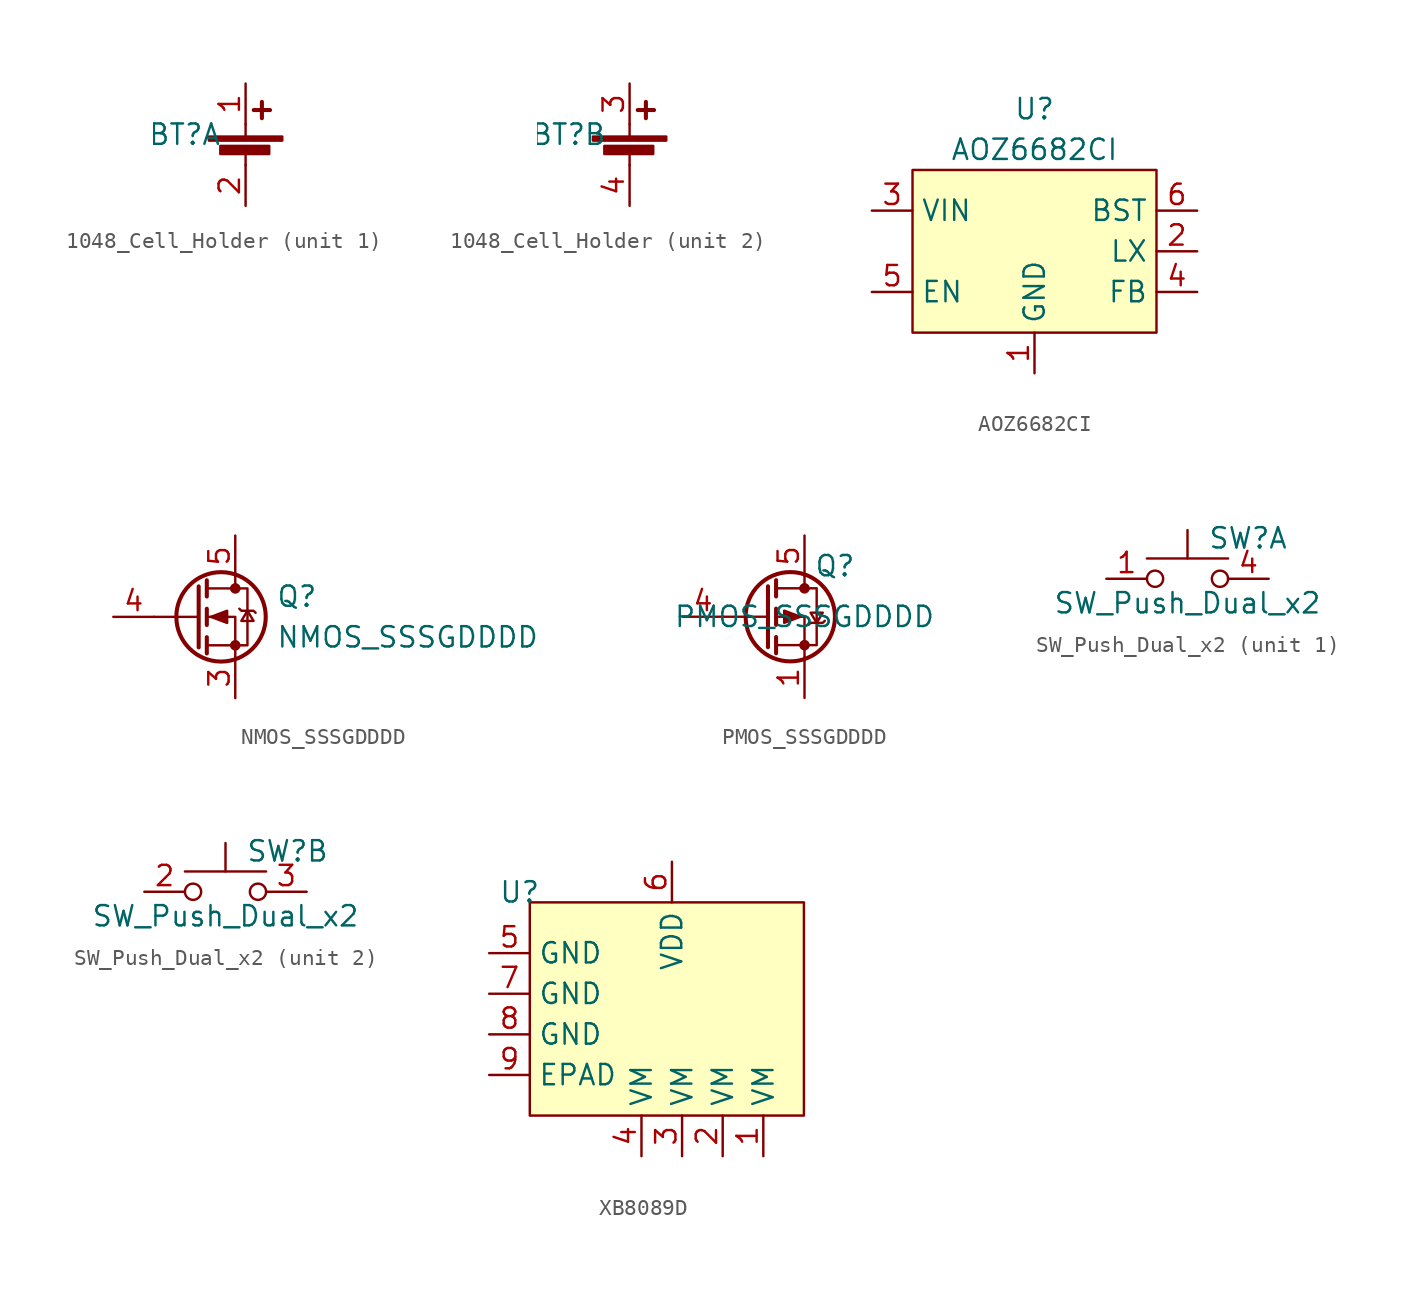
<source format=kicad_sym>
(kicad_symbol_lib
  (version 20220914)
  (generator kicad_symbol_editor)
  (symbol "1048_Cell_Holder"
    (property "Reference" "BT"
      (at -1.27 0 0)
      (effects (font (size 1.27 1.27))))
    (property "Value" ""
      (at -1.27 0 0)
      (effects (font (size 1.27 1.27))))
    (property "ki_locked" ""
      (at 0 0 0)
      (effects (font (size 1.27 1.27))))
    (symbol "1048_Cell_Holder_0_1"
      (polyline (pts (xy 2.54 -1.143) (xy 2.54 -1.905)) (stroke (width 0) (type default)) (fill (type none)))
      (polyline (pts (xy 2.54 -0.127) (xy 2.54 0.635)) (stroke (width 0) (type default)) (fill (type none)))
      (polyline (pts (xy 3.048 1.524) (xy 4.064 1.524)) (stroke (width 0.254) (type default)) (fill (type none)))
      (polyline (pts (xy 3.556 2.032) (xy 3.556 1.016)) (stroke (width 0.254) (type default)) (fill (type none)))
      (rectangle (start 0.254 -0.127) (end 4.826 -0.381) (stroke (width 0) (type default)) (fill (type outline)))
      (rectangle (start 0.965 -0.711) (end 4.013 -1.219) (stroke (width 0) (type default)) (fill (type outline))))
    (symbol "1048_Cell_Holder_1_1"
      (pin passive line (at 2.54 3.175 270) (length 2.54) (name "" (effects (font (size 1.27 1.27)))) (number "1" (effects (font (size 1.27 1.27)))))
      (pin passive line (at 2.54 -4.445 90) (length 2.54) (name "" (effects (font (size 1.27 1.27)))) (number "2" (effects (font (size 1.27 1.27))))))
    (symbol "1048_Cell_Holder_2_1"
      (pin passive line (at 2.54 3.175 270) (length 2.54) (name "" (effects (font (size 1.27 1.27)))) (number "3" (effects (font (size 1.27 1.27)))))
      (pin passive line (at 2.54 -4.445 90) (length 2.54) (name "" (effects (font (size 1.27 1.27)))) (number "4" (effects (font (size 1.27 1.27)))))))
  (symbol "AOZ6682CI"
    (property "Reference" "U"
      (at 7.62 13.97 0)
      (effects (font (size 1.27 1.27))))
    (property "Value" "AOZ6682CI"
      (at 7.62 11.43 0)
      (effects (font (size 1.27 1.27))))
    (symbol "AOZ6682CI_1_1"
      (rectangle (start 0 10.16) (end 15.24 0) (stroke (width 0) (type default)) (fill (type background)))
      (pin power_in line (at 7.62 -2.54 90) (length 2.54) (name "GND" (effects (font (size 1.27 1.27)))) (number "1" (effects (font (size 1.27 1.27)))))
      (pin output line (at 17.78 5.08 180) (length 2.54) (name "LX" (effects (font (size 1.27 1.27)))) (number "2" (effects (font (size 1.27 1.27)))))
      (pin power_in line (at -2.54 7.62 0) (length 2.54) (name "VIN" (effects (font (size 1.27 1.27)))) (number "3" (effects (font (size 1.27 1.27)))))
      (pin input line (at 17.78 2.54 180) (length 2.54) (name "FB" (effects (font (size 1.27 1.27)))) (number "4" (effects (font (size 1.27 1.27)))))
      (pin input line (at -2.54 2.54 0) (length 2.54) (name "EN" (effects (font (size 1.27 1.27)))) (number "5" (effects (font (size 1.27 1.27)))))
      (pin input line (at 17.78 7.62 180) (length 2.54) (name "BST" (effects (font (size 1.27 1.27)))) (number "6" (effects (font (size 1.27 1.27)))))))
  (symbol "NMOS_SSSGDDDD"
    (pin_names
      (offset 0) hide)
    (property "Reference" "Q"
      (at 5.08 1.27 0)
      (effects (font (size 1.27 1.27)) (justify left)))
    (property "Value" "NMOS_SSSGDDDD"
      (at 5.08 -1.27 0)
      (effects (font (size 1.27 1.27)) (justify left)))
    (symbol "NMOS_SSSGDDDD_0_1"
      (polyline (pts (xy 0.254 0) (xy -2.54 0)) (stroke (width 0) (type default)) (fill (type none)))
      (polyline (pts (xy 0.254 1.905) (xy 0.254 -1.905)) (stroke (width 0.254) (type default)) (fill (type none)))
      (polyline (pts (xy 0.762 -1.27) (xy 0.762 -2.286)) (stroke (width 0.254) (type default)) (fill (type none)))
      (polyline (pts (xy 0.762 0.508) (xy 0.762 -0.508)) (stroke (width 0.254) (type default)) (fill (type none)))
      (polyline (pts (xy 0.762 2.286) (xy 0.762 1.27)) (stroke (width 0.254) (type default)) (fill (type none)))
      (polyline (pts (xy 2.54 2.54) (xy 2.54 1.778)) (stroke (width 0) (type default)) (fill (type none)))
      (polyline (pts (xy 2.54 -2.54) (xy 2.54 0) (xy 0.762 0)) (stroke (width 0) (type default)) (fill (type none)))
      (polyline (pts (xy 0.762 -1.778) (xy 3.302 -1.778) (xy 3.302 1.778) (xy 0.762 1.778)) (stroke (width 0) (type default)) (fill (type none)))
      (polyline (pts (xy 1.016 0) (xy 2.032 0.381) (xy 2.032 -0.381) (xy 1.016 0)) (stroke (width 0) (type default)) (fill (type outline)))
      (polyline (pts (xy 2.794 0.508) (xy 2.921 0.381) (xy 3.683 0.381) (xy 3.81 0.254)) (stroke (width 0) (type default)) (fill (type none)))
      (polyline (pts (xy 3.302 0.381) (xy 2.921 -0.254) (xy 3.683 -0.254) (xy 3.302 0.381)) (stroke (width 0) (type default)) (fill (type none)))
      (circle (center 1.651 0) (radius 2.794) (stroke (width 0.254) (type default)) (fill (type none)))
      (circle (center 2.54 -1.778) (radius 0.254) (stroke (width 0) (type default)) (fill (type outline)))
      (circle (center 2.54 1.778) (radius 0.254) (stroke (width 0) (type default)) (fill (type outline))))
    (symbol "NMOS_SSSGDDDD_1_1"
      (pin passive line (at 2.54 -5.08 90) (length 2.54) hide (name "" (effects (font (size 1.27 1.27)))) (number "1" (effects (font (size 1.27 1.27)))))
      (pin passive line (at 2.54 -5.08 90) (length 2.54) hide (name "" (effects (font (size 1.27 1.27)))) (number "2" (effects (font (size 1.27 1.27)))))
      (pin passive line (at 2.54 -5.08 90) (length 2.54) (name "S" (effects (font (size 1.27 1.27)))) (number "3" (effects (font (size 1.27 1.27)))))
      (pin input line (at -5.08 0 0) (length 2.54) (name "G" (effects (font (size 1.27 1.27)))) (number "4" (effects (font (size 1.27 1.27)))))
      (pin passive line (at 2.54 5.08 270) (length 2.54) (name "" (effects (font (size 1.27 1.27)))) (number "5" (effects (font (size 1.27 1.27)))))))
  (symbol "PMOS_SSSGDDDD"
    (property "Reference" "Q"
      (at 1.905 3.175 0)
      (effects (font (size 1.27 1.27))))
    (property "Value" "PMOS_SSSGDDDD"
      (at 0 0 0)
      (effects (font (size 1.27 1.27))))
    (symbol "PMOS_SSSGDDDD_0_1"
      (circle (center -0.889 0) (radius 2.794) (stroke (width 0.254) (type default)) (fill (type none)))
      (circle (center 0 -1.778) (radius 0.254) (stroke (width 0) (type default)) (fill (type outline)))
      (polyline (pts (xy -2.286 0) (xy -5.08 0)) (stroke (width 0) (type default)) (fill (type none)))
      (polyline (pts (xy -2.286 1.905) (xy -2.286 -1.905)) (stroke (width 0.254) (type default)) (fill (type none)))
      (polyline (pts (xy -1.778 -1.27) (xy -1.778 -2.286)) (stroke (width 0.254) (type default)) (fill (type none)))
      (polyline (pts (xy -1.778 0.508) (xy -1.778 -0.508)) (stroke (width 0.254) (type default)) (fill (type none)))
      (polyline (pts (xy -1.778 2.286) (xy -1.778 1.27)) (stroke (width 0.254) (type default)) (fill (type none)))
      (polyline (pts (xy 0 2.54) (xy 0 1.778)) (stroke (width 0) (type default)) (fill (type none)))
      (polyline (pts (xy 0 -2.54) (xy 0 0) (xy -1.778 0)) (stroke (width 0) (type default)) (fill (type none)))
      (polyline (pts (xy -1.778 1.778) (xy 0.762 1.778) (xy 0.762 -1.778) (xy -1.778 -1.778)) (stroke (width 0) (type default)) (fill (type none)))
      (polyline (pts (xy -0.254 0) (xy -1.27 0.381) (xy -1.27 -0.381) (xy -0.254 0)) (stroke (width 0) (type default)) (fill (type outline)))
      (polyline (pts (xy 0.254 -0.508) (xy 0.381 -0.381) (xy 1.143 -0.381) (xy 1.27 -0.254)) (stroke (width 0) (type default)) (fill (type none)))
      (polyline (pts (xy 0.762 -0.381) (xy 0.381 0.254) (xy 1.143 0.254) (xy 0.762 -0.381)) (stroke (width 0) (type default)) (fill (type none)))
      (circle (center 0 1.778) (radius 0.254) (stroke (width 0) (type default)) (fill (type outline))))
    (symbol "PMOS_SSSGDDDD_1_1"
      (pin passive line (at 0 -5.08 90) (length 2.54) (name "" (effects (font (size 1.27 1.27)))) (number "1" (effects (font (size 1.27 1.27)))))
      (pin passive line (at 0 -5.08 90) (length 2.54) hide (name "" (effects (font (size 1.27 1.27)))) (number "2" (effects (font (size 1.27 1.27)))))
      (pin passive line (at 0 -5.08 90) (length 2.54) hide (name "" (effects (font (size 1.27 1.27)))) (number "3" (effects (font (size 1.27 1.27)))))
      (pin input line (at -7.62 0 0) (length 2.54) (name "" (effects (font (size 1.27 1.27)))) (number "4" (effects (font (size 1.27 1.27)))))
      (pin passive line (at 0 5.08 270) (length 2.54) (name "" (effects (font (size 1.27 1.27)))) (number "5" (effects (font (size 1.27 1.27)))))))
  (symbol "SW_Push_Dual_x2"
    (pin_names
      (offset 1.016) hide)
    (property "Reference" "SW"
      (at 1.27 2.54 0)
      (effects (font (size 1.27 1.27)) (justify left)))
    (property "Value" "SW_Push_Dual_x2"
      (at 0 -1.524 0)
      (effects (font (size 1.27 1.27))))
    (symbol "SW_Push_Dual_x2_0_1"
      (circle (center -2.032 0) (radius 0.508) (stroke (width 0) (type default)) (fill (type none)))
      (polyline (pts (xy 0 1.27) (xy 0 3.048)) (stroke (width 0) (type default)) (fill (type none)))
      (polyline (pts (xy 2.54 1.27) (xy -2.54 1.27)) (stroke (width 0) (type default)) (fill (type none)))
      (circle (center 2.032 0) (radius 0.508) (stroke (width 0) (type default)) (fill (type none))))
    (symbol "SW_Push_Dual_x2_1_1"
      (pin passive line (at -5.08 0 0) (length 2.54) (name "C" (effects (font (size 1.27 1.27)))) (number "1" (effects (font (size 1.27 1.27)))))
      (pin passive line (at 5.08 0 180) (length 2.54) (name "D" (effects (font (size 1.27 1.27)))) (number "4" (effects (font (size 1.27 1.27))))))
    (symbol "SW_Push_Dual_x2_2_1"
      (pin passive line (at -5.08 0 0) (length 2.54) (name "C" (effects (font (size 1.27 1.27)))) (number "2" (effects (font (size 1.27 1.27)))))
      (pin passive line (at 5.08 0 180) (length 2.54) (name "D" (effects (font (size 1.27 1.27)))) (number "3" (effects (font (size 1.27 1.27)))))))
  (symbol "XB8089D"
    (property "Reference" "U"
      (at -0.635 0.635 0)
      (effects (font (size 1.27 1.27))))
    (property "Value" ""
      (at 0 0 0)
      (effects (font (size 1.27 1.27))))
    (symbol "XB8089D_0_1"
      (rectangle (start 0 0) (end 17.145 -13.335) (stroke (width 0) (type default)) (fill (type background))))
    (symbol "XB8089D_1_1"
      (pin input line (at 14.605 -15.875 90) (length 2.54) (name "VM" (effects (font (size 1.27 1.27)))) (number "1" (effects (font (size 1.27 1.27)))))
      (pin input line (at 12.065 -15.875 90) (length 2.54) (name "VM" (effects (font (size 1.27 1.27)))) (number "2" (effects (font (size 1.27 1.27)))))
      (pin input line (at 9.525 -15.875 90) (length 2.54) (name "VM" (effects (font (size 1.27 1.27)))) (number "3" (effects (font (size 1.27 1.27)))))
      (pin input line (at 6.985 -15.875 90) (length 2.54) (name "VM" (effects (font (size 1.27 1.27)))) (number "4" (effects (font (size 1.27 1.27)))))
      (pin input line (at -2.54 -3.175 0) (length 2.54) (name "GND" (effects (font (size 1.27 1.27)))) (number "5" (effects (font (size 1.27 1.27)))))
      (pin input line (at 8.89 2.54 270) (length 2.54) (name "VDD" (effects (font (size 1.27 1.27)))) (number "6" (effects (font (size 1.27 1.27)))))
      (pin input line (at -2.54 -5.715 0) (length 2.54) (name "GND" (effects (font (size 1.27 1.27)))) (number "7" (effects (font (size 1.27 1.27)))))
      (pin input line (at -2.54 -8.255 0) (length 2.54) (name "GND" (effects (font (size 1.27 1.27)))) (number "8" (effects (font (size 1.27 1.27)))))
      (pin input line (at -2.54 -10.795 0) (length 2.54) (name "EPAD" (effects (font (size 1.27 1.27)))) (number "9" (effects (font (size 1.27 1.27))))))))
</source>
